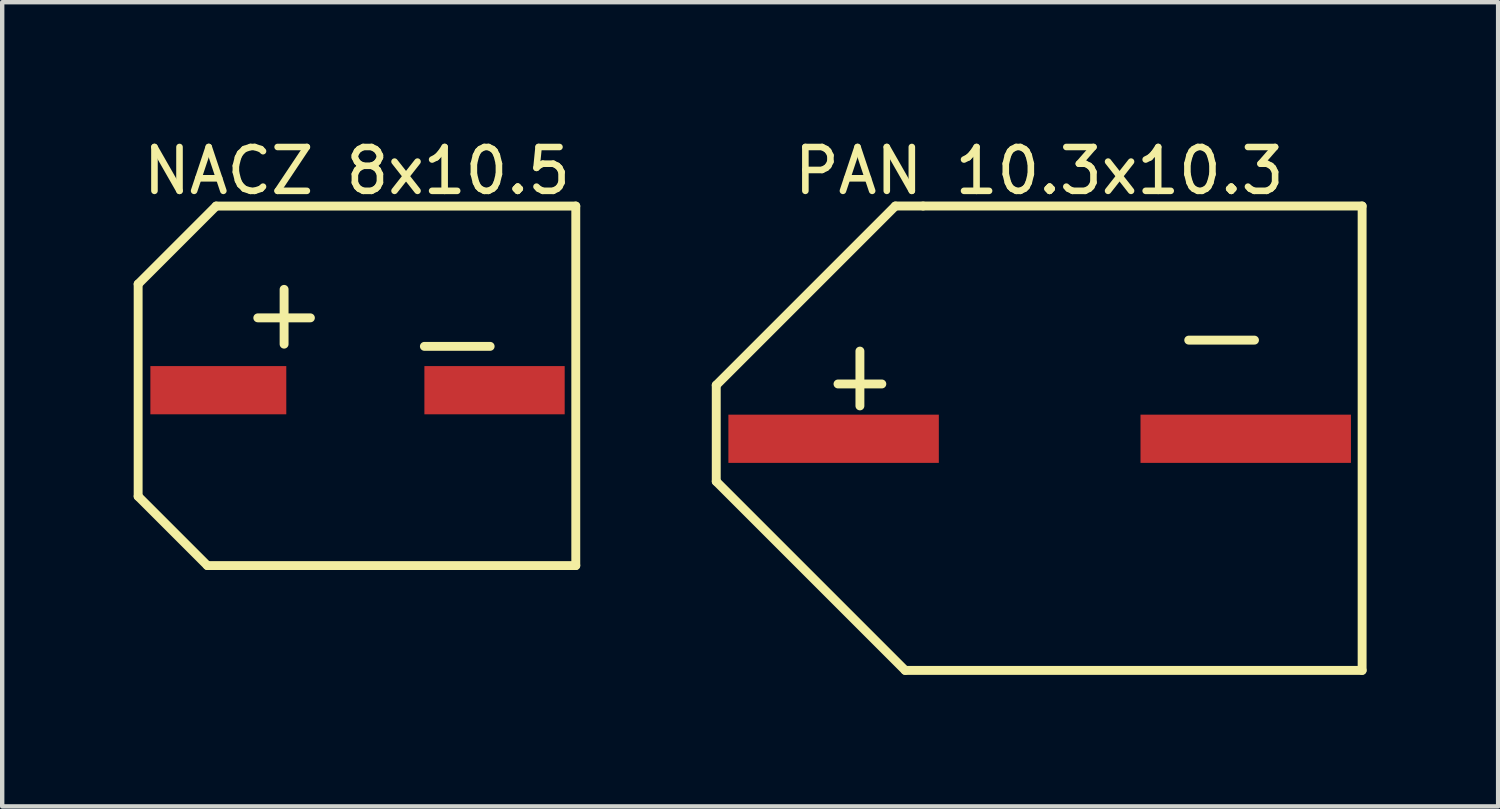
<source format=kicad_pcb>
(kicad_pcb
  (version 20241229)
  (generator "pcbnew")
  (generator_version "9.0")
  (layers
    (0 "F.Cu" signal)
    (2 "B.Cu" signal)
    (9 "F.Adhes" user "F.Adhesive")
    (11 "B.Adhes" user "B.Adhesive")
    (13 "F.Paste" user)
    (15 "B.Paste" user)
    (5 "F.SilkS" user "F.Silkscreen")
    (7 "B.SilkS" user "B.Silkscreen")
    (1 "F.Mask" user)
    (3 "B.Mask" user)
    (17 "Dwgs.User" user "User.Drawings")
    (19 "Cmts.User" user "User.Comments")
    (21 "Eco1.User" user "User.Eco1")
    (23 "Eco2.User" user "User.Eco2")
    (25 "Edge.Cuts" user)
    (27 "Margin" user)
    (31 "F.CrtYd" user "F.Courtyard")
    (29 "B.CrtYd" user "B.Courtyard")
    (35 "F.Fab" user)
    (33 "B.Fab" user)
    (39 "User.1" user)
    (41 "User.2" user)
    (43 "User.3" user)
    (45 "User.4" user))
  (footprint "NACZ 8x10.5"
    (layer "F.Cu")
    (at 1.93 5.85)
    (property "Reference" "NACZ 8x10.5" (at 3.162 -5.002 0) (layer "F.SilkS") (effects (font (size 1 1) (thickness 0.15))))
    (fp_line (start -1.829 -2.421) (end -0.05 -4.2) (stroke (width 0.203) (type solid)) (layer "F.SilkS"))
    (fp_line (start -1.829 2.421) (end -1.829 -2.421) (stroke (width 0.203) (type solid)) (layer "F.SilkS"))
    (fp_line (start -1.829 2.421) (end -0.25 4) (stroke (width 0.203) (type solid)) (layer "F.SilkS"))
    (fp_line (start -0.25 4) (end 8.153 4) (stroke (width 0.203) (type solid)) (layer "F.SilkS"))
    (fp_line (start -0.05 -4.2) (end 8.153 -4.2) (stroke (width 0.203) (type solid)) (layer "F.SilkS"))
    (fp_line (start 0.9 -1.65) (end 2.1 -1.65) (stroke (width 0.203) (type solid)) (layer "F.SilkS"))
    (fp_line (start 1.5 -1.05) (end 1.5 -2.3) (stroke (width 0.203) (type solid)) (layer "F.SilkS"))
    (fp_line (start 4.7 -1) (end 6.2 -1) (stroke (width 0.203) (type solid)) (layer "F.SilkS"))
    (fp_line (start 8.153 4) (end 8.153 -4.2) (stroke (width 0.203) (type solid)) (layer "F.SilkS"))
    (pad "N" smd rect (at 6.3 0) (size 3.2 1.1) (layers "F.Cu" "F.Mask" "F.Paste"))
    (pad "P" smd rect (at 0 0) (size 3.1 1.1) (layers "F.Cu" "F.Mask" "F.Paste")))
  (footprint "PAN 10.3x10.3"
    (layer "F.Cu")
    (at 16.564 6.958)
    (property "Reference" "PAN 10.3x10.3" (at 4.089 -6.11 0) (layer "F.SilkS") (effects (font (size 1 1) (thickness 0.15))))
    (fp_line (start -3.277 -1.223) (end 0.809 -5.309) (stroke (width 0.203) (type solid)) (layer "F.SilkS"))
    (fp_line (start -3.277 0.973) (end -3.277 -1.223) (stroke (width 0.203) (type solid)) (layer "F.SilkS"))
    (fp_line (start -3.277 0.973) (end 1.033 5.283) (stroke (width 0.203) (type solid)) (layer "F.SilkS"))
    (fp_line (start -0.5 -1.25) (end 0.5 -1.25) (stroke (width 0.203) (type solid)) (layer "F.SilkS"))
    (fp_line (start 0 -0.75) (end 0 -2) (stroke (width 0.203) (type solid)) (layer "F.SilkS"))
    (fp_line (start 0.809 -5.309) (end 1.441 -5.309) (stroke (width 0.203) (type solid)) (layer "F.SilkS"))
    (fp_line (start 1.033 5.283) (end 11.455 5.283) (stroke (width 0.203) (type solid)) (layer "F.SilkS"))
    (fp_line (start 1.441 -5.309) (end 11.455 -5.309) (stroke (width 0.203) (type solid)) (layer "F.SilkS"))
    (fp_line (start 7.5 -2.25) (end 9 -2.25) (stroke (width 0.203) (type solid)) (layer "F.SilkS"))
    (fp_line (start 11.455 5.283) (end 11.455 -5.309) (stroke (width 0.203) (type solid)) (layer "F.SilkS"))
    (pad "1" smd rect (at -0.6 0) (size 4.8 1.1) (layers "F.Cu" "F.Mask" "F.Paste"))
    (pad "2" smd rect (at 8.8 0) (size 4.8 1.1) (layers "F.Cu" "F.Mask" "F.Paste")))
  (gr_rect
    (start -3 -3)
    (end 31.121 15.343)
    (stroke (width 0.1) (type default))
    (fill no)
    (layer "Edge.Cuts")))
</source>
